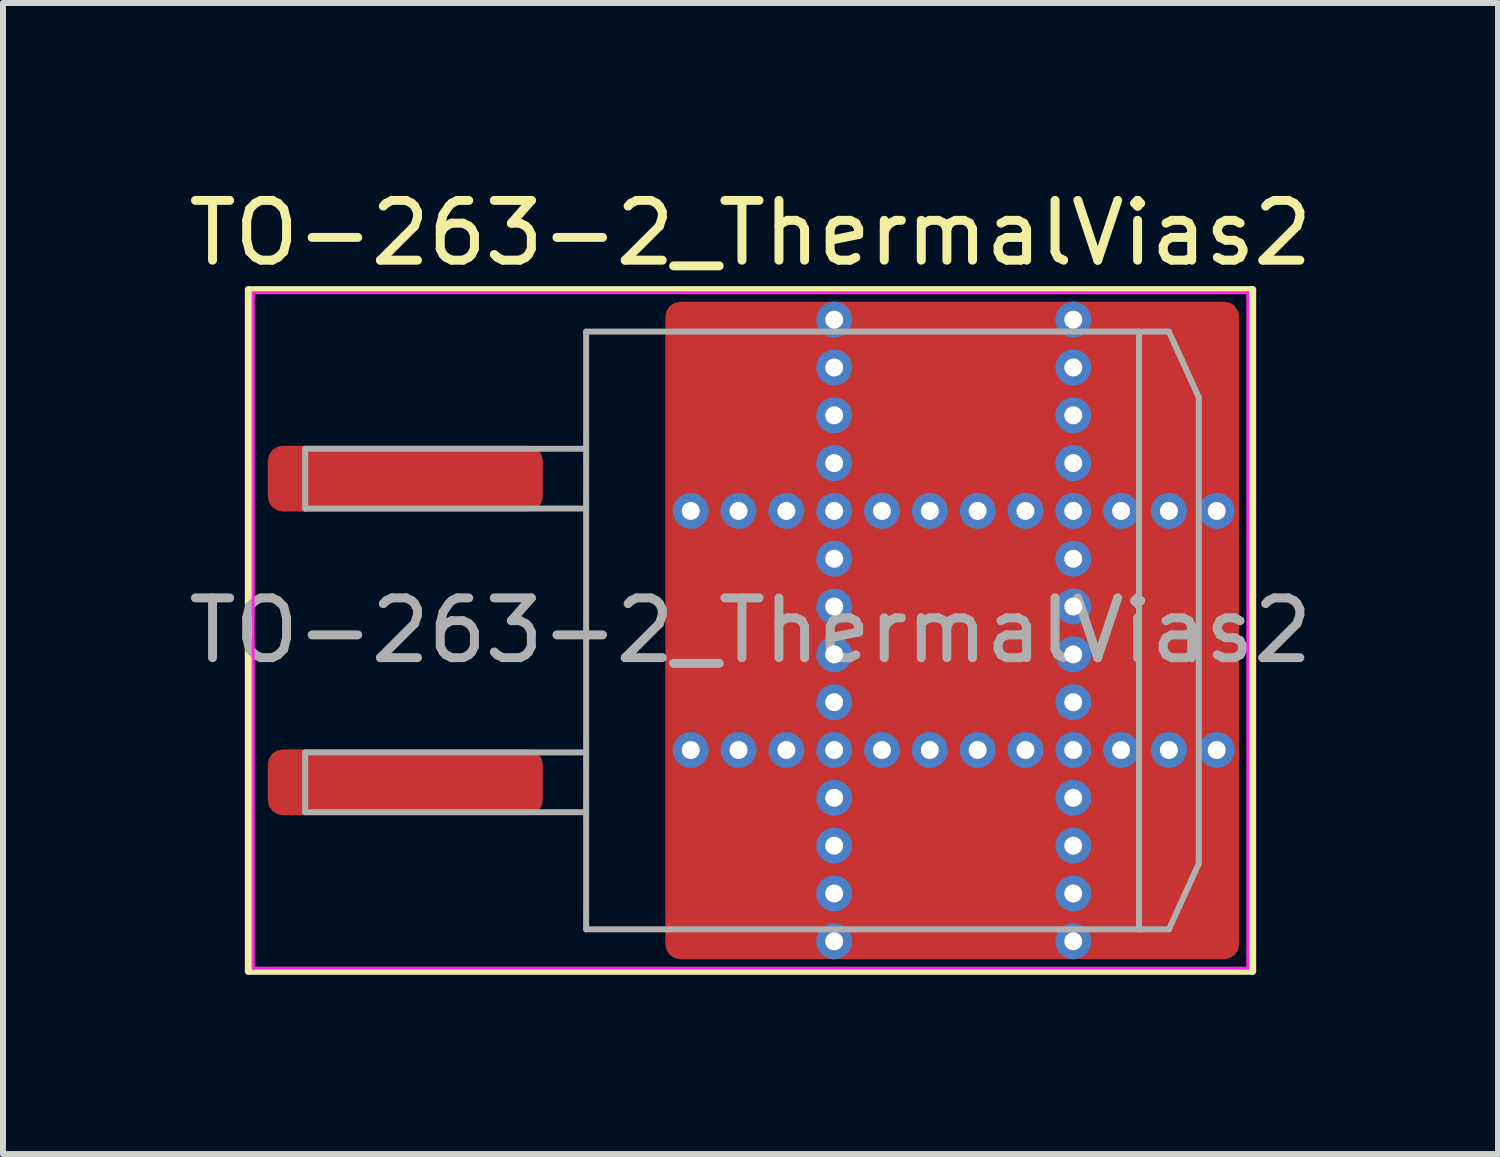
<source format=kicad_pcb>
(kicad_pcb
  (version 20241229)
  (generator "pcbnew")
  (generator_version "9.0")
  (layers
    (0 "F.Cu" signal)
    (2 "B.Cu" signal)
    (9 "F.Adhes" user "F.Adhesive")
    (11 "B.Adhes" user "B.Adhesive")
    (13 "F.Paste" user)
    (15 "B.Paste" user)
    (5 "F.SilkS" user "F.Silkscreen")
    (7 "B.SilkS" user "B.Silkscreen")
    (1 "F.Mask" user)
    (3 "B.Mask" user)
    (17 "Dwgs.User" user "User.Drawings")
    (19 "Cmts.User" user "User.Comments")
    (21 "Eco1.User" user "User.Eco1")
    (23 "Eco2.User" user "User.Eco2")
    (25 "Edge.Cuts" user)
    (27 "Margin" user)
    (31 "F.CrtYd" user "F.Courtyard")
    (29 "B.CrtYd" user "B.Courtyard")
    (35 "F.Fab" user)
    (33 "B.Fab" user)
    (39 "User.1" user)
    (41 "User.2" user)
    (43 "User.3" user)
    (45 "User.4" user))
  (footprint "TO-263-2_ThermalVias2"
    (layer "F.Cu")
    (at 9.506 7.498)
    (property "Reference" "TO-263-2_ThermalVias2" (at 0 -6.65 0) (layer "F.SilkS") (effects (font (size 1 1) (thickness 0.15))))
    (attr smd)
    (fp_line (start -8.4 -5.7) (end -8.4 5.7) (stroke (width 0.12) (type solid)) (layer "F.SilkS"))
    (fp_line (start -8.4 5.7) (end 8.4 5.7) (stroke (width 0.12) (type solid)) (layer "F.SilkS"))
    (fp_line (start 8.4 -5.7) (end -8.4 -5.7) (stroke (width 0.12) (type solid)) (layer "F.SilkS"))
    (fp_line (start 8.4 5.7) (end 8.4 -5.7) (stroke (width 0.12) (type solid)) (layer "F.SilkS"))
    (fp_line (start -8.32 -5.65) (end -8.32 5.65) (stroke (width 0.05) (type solid)) (layer "F.CrtYd"))
    (fp_line (start -8.32 5.65) (end 8.32 5.65) (stroke (width 0.05) (type solid)) (layer "F.CrtYd"))
    (fp_line (start 8.32 -5.65) (end -8.32 -5.65) (stroke (width 0.05) (type solid)) (layer "F.CrtYd"))
    (fp_line (start 8.32 5.65) (end 8.32 -5.65) (stroke (width 0.05) (type solid)) (layer "F.CrtYd"))
    (fp_line (start -7.45 -3.04) (end -7.45 -2.04) (stroke (width 0.1) (type solid)) (layer "F.Fab"))
    (fp_line (start -7.45 -2.04) (end -2.75 -2.04) (stroke (width 0.1) (type solid)) (layer "F.Fab"))
    (fp_line (start -7.45 2.04) (end -7.45 3.04) (stroke (width 0.1) (type solid)) (layer "F.Fab"))
    (fp_line (start -7.45 3.04) (end -2.75 3.04) (stroke (width 0.1) (type solid)) (layer "F.Fab"))
    (fp_line (start -2.75 -5) (end 6.5 -5) (stroke (width 0.1) (type solid)) (layer "F.Fab"))
    (fp_line (start -2.75 -3.04) (end -7.45 -3.04) (stroke (width 0.1) (type solid)) (layer "F.Fab"))
    (fp_line (start -2.75 2.04) (end -7.45 2.04) (stroke (width 0.1) (type solid)) (layer "F.Fab"))
    (fp_line (start -2.75 5) (end -2.75 -5) (stroke (width 0.1) (type solid)) (layer "F.Fab"))
    (fp_line (start 6.5 -5) (end 6.5 5) (stroke (width 0.1) (type solid)) (layer "F.Fab"))
    (fp_line (start 6.5 -5) (end 7 -5) (stroke (width 0.1) (type solid)) (layer "F.Fab"))
    (fp_line (start 6.5 5) (end -2.75 5) (stroke (width 0.1) (type solid)) (layer "F.Fab"))
    (fp_line (start 6.5 5) (end 7 5) (stroke (width 0.1) (type solid)) (layer "F.Fab"))
    (fp_line (start 7 -5) (end 7.5 -3.9) (stroke (width 0.1) (type solid)) (layer "F.Fab"))
    (fp_line (start 7 5) (end 7.5 3.9) (stroke (width 0.1) (type solid)) (layer "F.Fab"))
    (fp_line (start 7.5 -3.9) (end 7.5 3.9) (stroke (width 0.1) (type solid)) (layer "F.Fab"))
    (fp_text user "${REFERENCE}" (at 0 0 0) (layer "F.Fab") (effects (font (size 1 1) (thickness 0.15))))
    (pad "" smd roundrect (at -0.675 -4.6 90) (size 1.2 0.95) (layers "F.Paste") (roundrect_rratio 0.25))
    (pad "" smd roundrect (at -0.675 -3.1 90) (size 1.2 0.95) (layers "F.Paste") (roundrect_rratio 0.25))
    (pad "" smd roundrect (at -0.675 -0.85 90) (size 1.3 0.95) (layers "F.Paste") (roundrect_rratio 0.25))
    (pad "" smd roundrect (at -0.675 0.85 90) (size 1.3 0.95) (layers "F.Paste") (roundrect_rratio 0.25))
    (pad "" smd roundrect (at -0.675 3.1 90) (size 1.2 0.95) (layers "F.Paste") (roundrect_rratio 0.25))
    (pad "" smd roundrect (at -0.675 4.6 90) (size 1.2 0.95) (layers "F.Paste") (roundrect_rratio 0.25))
    (pad "" smd roundrect (at -0.113 -3.85 90) (size 3.1 2.425) (layers "F.Mask") (roundrect_rratio 0.103))
    (pad "" smd roundrect (at -0.113 0 90) (size 3.4 2.425) (layers "F.Mask") (roundrect_rratio 0.103))
    (pad "" smd roundrect (at -0.113 3.85 90) (size 3.1 2.425) (layers "F.Mask") (roundrect_rratio 0.103))
    (pad "" smd roundrect (at 0.475 -4.6 90) (size 1.2 0.95) (layers "F.Paste") (roundrect_rratio 0.25))
    (pad "" smd roundrect (at 0.475 -3.1 90) (size 1.2 0.95) (layers "F.Paste") (roundrect_rratio 0.25))
    (pad "" smd roundrect (at 0.475 -0.85 90) (size 1.3 0.95) (layers "F.Paste") (roundrect_rratio 0.25))
    (pad "" smd roundrect (at 0.475 0.85 90) (size 1.3 0.95) (layers "F.Paste") (roundrect_rratio 0.25))
    (pad "" smd roundrect (at 0.475 3.1 90) (size 1.2 0.95) (layers "F.Paste") (roundrect_rratio 0.25))
    (pad "" smd roundrect (at 0.475 4.6 90) (size 1.2 0.95) (layers "F.Paste") (roundrect_rratio 0.25))
    (pad "" smd roundrect (at 2.55 -4.6 90) (size 1.2 1.3) (layers "F.Paste") (roundrect_rratio 0.208))
    (pad "" smd roundrect (at 2.55 -3.1 90) (size 1.2 1.3) (layers "F.Paste") (roundrect_rratio 0.208))
    (pad "" smd roundrect (at 2.55 -0.85 90) (size 1.3 1.3) (layers "F.Paste") (roundrect_rratio 0.192))
    (pad "" smd roundrect (at 2.55 0.85 90) (size 1.3 1.3) (layers "F.Paste") (roundrect_rratio 0.192))
    (pad "" smd roundrect (at 2.55 3.1 90) (size 1.2 1.3) (layers "F.Paste") (roundrect_rratio 0.208))
    (pad "" smd roundrect (at 2.55 4.6 90) (size 1.2 1.3) (layers "F.Paste") (roundrect_rratio 0.208))
    (pad "" smd roundrect (at 3.4 -3.85 90) (size 3.1 3.4) (layers "F.Mask") (roundrect_rratio 0.081))
    (pad "" smd roundrect (at 3.4 0 90) (size 3.4 3.4) (layers "F.Mask") (roundrect_rratio 0.074))
    (pad "" smd roundrect (at 3.4 3.85 90) (size 3.1 3.4) (layers "F.Mask") (roundrect_rratio 0.081))
    (pad "" smd roundrect (at 4.25 -4.6 90) (size 1.2 1.3) (layers "F.Paste") (roundrect_rratio 0.208))
    (pad "" smd roundrect (at 4.25 -3.1 90) (size 1.2 1.3) (layers "F.Paste") (roundrect_rratio 0.208))
    (pad "" smd roundrect (at 4.25 -0.85 90) (size 1.3 1.3) (layers "F.Paste") (roundrect_rratio 0.192))
    (pad "" smd roundrect (at 4.25 0.85 90) (size 1.3 1.3) (layers "F.Paste") (roundrect_rratio 0.192))
    (pad "" smd roundrect (at 4.25 3.1 90) (size 1.2 1.3) (layers "F.Paste") (roundrect_rratio 0.208))
    (pad "" smd roundrect (at 4.25 4.6 90) (size 1.2 1.3) (layers "F.Paste") (roundrect_rratio 0.208))
    (pad "" smd roundrect (at 6.325 -4.6 90) (size 1.2 0.95) (layers "F.Paste") (roundrect_rratio 0.25))
    (pad "" smd roundrect (at 6.325 -3.1 90) (size 1.2 0.95) (layers "F.Paste") (roundrect_rratio 0.25))
    (pad "" smd roundrect (at 6.325 -0.85 90) (size 1.3 0.95) (layers "F.Paste") (roundrect_rratio 0.25))
    (pad "" smd roundrect (at 6.325 0.85 90) (size 1.3 0.95) (layers "F.Paste") (roundrect_rratio 0.25))
    (pad "" smd roundrect (at 6.325 3.1 90) (size 1.2 0.95) (layers "F.Paste") (roundrect_rratio 0.25))
    (pad "" smd roundrect (at 6.325 4.6 90) (size 1.2 0.95) (layers "F.Paste") (roundrect_rratio 0.25))
    (pad "" smd roundrect (at 6.888 -3.85 90) (size 3.1 2.375) (layers "F.Mask") (roundrect_rratio 0.105))
    (pad "" smd roundrect (at 6.888 0 90) (size 3.4 2.375) (layers "F.Mask") (roundrect_rratio 0.105))
    (pad "" smd roundrect (at 6.888 3.85 90) (size 3.1 2.375) (layers "F.Mask") (roundrect_rratio 0.105))
    (pad "" smd roundrect (at 7.475 -4.6 90) (size 1.2 0.95) (layers "F.Paste") (roundrect_rratio 0.25))
    (pad "" smd roundrect (at 7.475 -3.1 90) (size 1.2 0.95) (layers "F.Paste") (roundrect_rratio 0.25))
    (pad "" smd roundrect (at 7.475 -0.85 90) (size 1.3 0.95) (layers "F.Paste") (roundrect_rratio 0.25))
    (pad "" smd roundrect (at 7.475 0.85 90) (size 1.3 0.95) (layers "F.Paste") (roundrect_rratio 0.25))
    (pad "" smd roundrect (at 7.475 3.1 90) (size 1.2 0.95) (layers "F.Paste") (roundrect_rratio 0.25))
    (pad "" smd roundrect (at 7.475 4.6 90) (size 1.2 0.95) (layers "F.Paste") (roundrect_rratio 0.25))
    (pad "1" smd roundrect (at -5.775 -2.54) (size 4.6 1.1) (layers "F.Cu" "F.Mask" "F.Paste") (roundrect_rratio 0.227))
    (pad "2" thru_hole circle (at -1 -2) (size 0.6 0.6) (drill 0.3) (property pad_prop_heatsink) (layers "*.Cu" "*.Mask"))
    (pad "2" thru_hole circle (at -1 2) (size 0.6 0.6) (drill 0.3) (property pad_prop_heatsink) (layers "*.Cu" "*.Mask"))
    (pad "2" thru_hole circle (at -0.2 -2) (size 0.6 0.6) (drill 0.3) (property pad_prop_heatsink) (layers "*.Cu" "*.Mask"))
    (pad "2" thru_hole circle (at -0.2 2) (size 0.6 0.6) (drill 0.3) (property pad_prop_heatsink) (layers "*.Cu" "*.Mask"))
    (pad "2" thru_hole circle (at 0.6 -2) (size 0.6 0.6) (drill 0.3) (property pad_prop_heatsink) (layers "*.Cu" "*.Mask"))
    (pad "2" thru_hole circle (at 0.6 2) (size 0.6 0.6) (drill 0.3) (property pad_prop_heatsink) (layers "*.Cu" "*.Mask"))
    (pad "2" thru_hole circle (at 1.4 -5.2) (size 0.6 0.6) (drill 0.3) (property pad_prop_heatsink) (layers "*.Cu" "*.Mask"))
    (pad "2" thru_hole circle (at 1.4 -4.4) (size 0.6 0.6) (drill 0.3) (property pad_prop_heatsink) (layers "*.Cu" "*.Mask"))
    (pad "2" thru_hole circle (at 1.4 -3.6) (size 0.6 0.6) (drill 0.3) (property pad_prop_heatsink) (layers "*.Cu" "*.Mask"))
    (pad "2" thru_hole circle (at 1.4 -2.8) (size 0.6 0.6) (drill 0.3) (property pad_prop_heatsink) (layers "*.Cu" "*.Mask"))
    (pad "2" thru_hole circle (at 1.4 -2) (size 0.6 0.6) (drill 0.3) (property pad_prop_heatsink) (layers "*.Cu" "*.Mask"))
    (pad "2" thru_hole circle (at 1.4 -1.2) (size 0.6 0.6) (drill 0.3) (property pad_prop_heatsink) (layers "*.Cu" "*.Mask"))
    (pad "2" thru_hole circle (at 1.4 -0.4) (size 0.6 0.6) (drill 0.3) (property pad_prop_heatsink) (layers "*.Cu" "*.Mask"))
    (pad "2" thru_hole circle (at 1.4 0.4) (size 0.6 0.6) (drill 0.3) (property pad_prop_heatsink) (layers "*.Cu" "*.Mask"))
    (pad "2" thru_hole circle (at 1.4 1.2) (size 0.6 0.6) (drill 0.3) (property pad_prop_heatsink) (layers "*.Cu" "*.Mask"))
    (pad "2" thru_hole circle (at 1.4 2) (size 0.6 0.6) (drill 0.3) (property pad_prop_heatsink) (layers "*.Cu" "*.Mask"))
    (pad "2" thru_hole circle (at 1.4 2.8) (size 0.6 0.6) (drill 0.3) (property pad_prop_heatsink) (layers "*.Cu" "*.Mask"))
    (pad "2" thru_hole circle (at 1.4 3.6) (size 0.6 0.6) (drill 0.3) (property pad_prop_heatsink) (layers "*.Cu" "*.Mask"))
    (pad "2" thru_hole circle (at 1.4 4.4) (size 0.6 0.6) (drill 0.3) (property pad_prop_heatsink) (layers "*.Cu" "*.Mask"))
    (pad "2" thru_hole circle (at 1.4 5.2) (size 0.6 0.6) (drill 0.3) (property pad_prop_heatsink) (layers "*.Cu" "*.Mask"))
    (pad "2" thru_hole circle (at 2.2 -2) (size 0.6 0.6) (drill 0.3) (property pad_prop_heatsink) (layers "*.Cu" "*.Mask"))
    (pad "2" thru_hole circle (at 2.2 2) (size 0.6 0.6) (drill 0.3) (property pad_prop_heatsink) (layers "*.Cu" "*.Mask"))
    (pad "2" thru_hole circle (at 3 -2) (size 0.6 0.6) (drill 0.3) (property pad_prop_heatsink) (layers "*.Cu" "*.Mask"))
    (pad "2" thru_hole circle (at 3 2) (size 0.6 0.6) (drill 0.3) (property pad_prop_heatsink) (layers "*.Cu" "*.Mask"))
    (pad "2" smd roundrect (at 3.375 0) (size 9.6 11) (layers "F.Cu") (roundrect_rratio 0.026))
    (pad "2" thru_hole circle (at 3.8 -2) (size 0.6 0.6) (drill 0.3) (property pad_prop_heatsink) (layers "*.Cu" "*.Mask"))
    (pad "2" thru_hole circle (at 3.8 2) (size 0.6 0.6) (drill 0.3) (property pad_prop_heatsink) (layers "*.Cu" "*.Mask"))
    (pad "2" thru_hole circle (at 4.6 -2) (size 0.6 0.6) (drill 0.3) (property pad_prop_heatsink) (layers "*.Cu" "*.Mask"))
    (pad "2" thru_hole circle (at 4.6 2) (size 0.6 0.6) (drill 0.3) (property pad_prop_heatsink) (layers "*.Cu" "*.Mask"))
    (pad "2" thru_hole circle (at 5.4 -5.2) (size 0.6 0.6) (drill 0.3) (property pad_prop_heatsink) (layers "*.Cu" "*.Mask"))
    (pad "2" thru_hole circle (at 5.4 -4.4) (size 0.6 0.6) (drill 0.3) (property pad_prop_heatsink) (layers "*.Cu" "*.Mask"))
    (pad "2" thru_hole circle (at 5.4 -3.6) (size 0.6 0.6) (drill 0.3) (property pad_prop_heatsink) (layers "*.Cu" "*.Mask"))
    (pad "2" thru_hole circle (at 5.4 -2.8) (size 0.6 0.6) (drill 0.3) (property pad_prop_heatsink) (layers "*.Cu" "*.Mask"))
    (pad "2" thru_hole circle (at 5.4 -2) (size 0.6 0.6) (drill 0.3) (property pad_prop_heatsink) (layers "*.Cu" "*.Mask"))
    (pad "2" thru_hole circle (at 5.4 -1.2) (size 0.6 0.6) (drill 0.3) (property pad_prop_heatsink) (layers "*.Cu" "*.Mask"))
    (pad "2" thru_hole circle (at 5.4 -0.4) (size 0.6 0.6) (drill 0.3) (property pad_prop_heatsink) (layers "*.Cu" "*.Mask"))
    (pad "2" thru_hole circle (at 5.4 0.4) (size 0.6 0.6) (drill 0.3) (property pad_prop_heatsink) (layers "*.Cu" "*.Mask"))
    (pad "2" thru_hole circle (at 5.4 1.2) (size 0.6 0.6) (drill 0.3) (property pad_prop_heatsink) (layers "*.Cu" "*.Mask"))
    (pad "2" thru_hole circle (at 5.4 2) (size 0.6 0.6) (drill 0.3) (property pad_prop_heatsink) (layers "*.Cu" "*.Mask"))
    (pad "2" thru_hole circle (at 5.4 2.8) (size 0.6 0.6) (drill 0.3) (property pad_prop_heatsink) (layers "*.Cu" "*.Mask"))
    (pad "2" thru_hole circle (at 5.4 3.6) (size 0.6 0.6) (drill 0.3) (property pad_prop_heatsink) (layers "*.Cu" "*.Mask"))
    (pad "2" thru_hole circle (at 5.4 4.4) (size 0.6 0.6) (drill 0.3) (property pad_prop_heatsink) (layers "*.Cu" "*.Mask"))
    (pad "2" thru_hole circle (at 5.4 5.2) (size 0.6 0.6) (drill 0.3) (property pad_prop_heatsink) (layers "*.Cu" "*.Mask"))
    (pad "2" thru_hole circle (at 6.2 -2) (size 0.6 0.6) (drill 0.3) (property pad_prop_heatsink) (layers "*.Cu" "*.Mask"))
    (pad "2" thru_hole circle (at 6.2 2) (size 0.6 0.6) (drill 0.3) (property pad_prop_heatsink) (layers "*.Cu" "*.Mask"))
    (pad "2" thru_hole circle (at 7 -2) (size 0.6 0.6) (drill 0.3) (property pad_prop_heatsink) (layers "*.Cu" "*.Mask"))
    (pad "2" thru_hole circle (at 7 2) (size 0.6 0.6) (drill 0.3) (property pad_prop_heatsink) (layers "*.Cu" "*.Mask"))
    (pad "2" thru_hole circle (at 7.8 -2) (size 0.6 0.6) (drill 0.3) (property pad_prop_heatsink) (layers "*.Cu" "*.Mask"))
    (pad "2" thru_hole circle (at 7.8 2) (size 0.6 0.6) (drill 0.3) (property pad_prop_heatsink) (layers "*.Cu" "*.Mask"))
    (pad "3" smd roundrect (at -5.775 2.54) (size 4.6 1.1) (layers "F.Cu" "F.Mask" "F.Paste") (roundrect_rratio 0.227)))
  (gr_rect
    (start -3 -3)
    (end 22.012 16.258)
    (stroke (width 0.1) (type default))
    (fill no)
    (layer "Edge.Cuts")))
</source>
